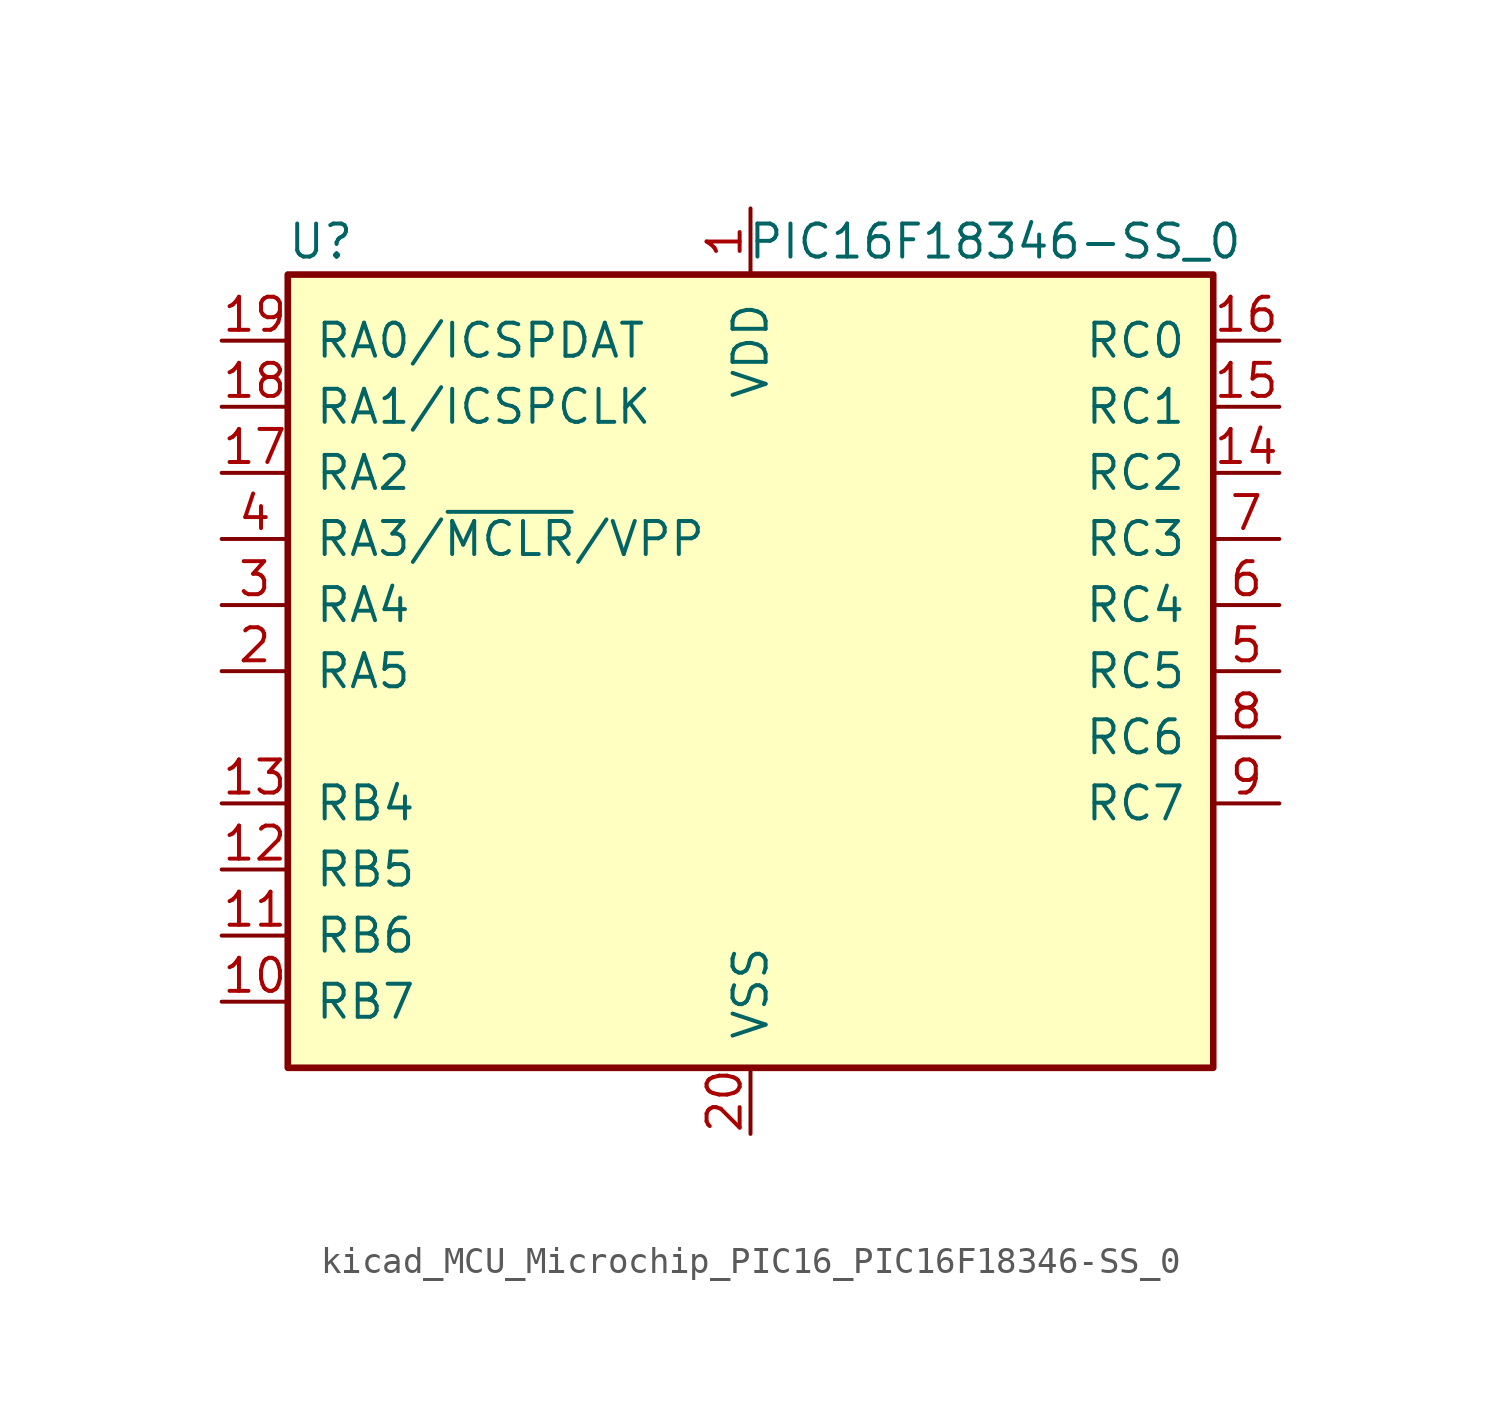
<source format=kicad_sym>
(kicad_symbol_lib
  (version 20220914)
  (generator kicad_symbol_editor)
  (symbol "kicad_MCU_Microchip_PIC16_PIC16F18346-SS_0"
    (pin_names
      (offset 1.016))
    (property "Reference" "U"
      (at -16.51 16.51 0)
      (effects (font (size 1.27 1.27))))
    (property "Value" "PIC16F18346-SS_0"
      (at 9.398 16.51 0)
      (effects (font (size 1.27 1.27))))
    (symbol "kicad_MCU_Microchip_PIC16_PIC16F18346-SS_0_0_1"
      (rectangle (start -17.78 15.24) (end 17.78 -15.24) (stroke (width 0.254) (type default)) (fill (type background))))
    (symbol "kicad_MCU_Microchip_PIC16_PIC16F18346-SS_0_1_1"
      (pin power_in line (at 0 17.78 270) (length 2.54) (name "VDD" (effects (font (size 1.27 1.27)))) (number "1" (effects (font (size 1.27 1.27)))))
      (pin bidirectional line (at -20.32 -12.7 0) (length 2.54) (name "RB7" (effects (font (size 1.27 1.27)))) (number "10" (effects (font (size 1.27 1.27)))))
      (pin bidirectional line (at -20.32 -10.16 0) (length 2.54) (name "RB6" (effects (font (size 1.27 1.27)))) (number "11" (effects (font (size 1.27 1.27)))))
      (pin bidirectional line (at -20.32 -7.62 0) (length 2.54) (name "RB5" (effects (font (size 1.27 1.27)))) (number "12" (effects (font (size 1.27 1.27)))))
      (pin bidirectional line (at -20.32 -5.08 0) (length 2.54) (name "RB4" (effects (font (size 1.27 1.27)))) (number "13" (effects (font (size 1.27 1.27)))))
      (pin bidirectional line (at 20.32 7.62 180) (length 2.54) (name "RC2" (effects (font (size 1.27 1.27)))) (number "14" (effects (font (size 1.27 1.27)))))
      (pin bidirectional line (at 20.32 10.16 180) (length 2.54) (name "RC1" (effects (font (size 1.27 1.27)))) (number "15" (effects (font (size 1.27 1.27)))))
      (pin bidirectional line (at 20.32 12.7 180) (length 2.54) (name "RC0" (effects (font (size 1.27 1.27)))) (number "16" (effects (font (size 1.27 1.27)))))
      (pin bidirectional line (at -20.32 7.62 0) (length 2.54) (name "RA2" (effects (font (size 1.27 1.27)))) (number "17" (effects (font (size 1.27 1.27)))))
      (pin bidirectional line (at -20.32 10.16 0) (length 2.54) (name "RA1/ICSPCLK" (effects (font (size 1.27 1.27)))) (number "18" (effects (font (size 1.27 1.27)))))
      (pin bidirectional line (at -20.32 12.7 0) (length 2.54) (name "RA0/ICSPDAT" (effects (font (size 1.27 1.27)))) (number "19" (effects (font (size 1.27 1.27)))))
      (pin bidirectional line (at -20.32 0 0) (length 2.54) (name "RA5" (effects (font (size 1.27 1.27)))) (number "2" (effects (font (size 1.27 1.27)))))
      (pin power_in line (at 0 -17.78 90) (length 2.54) (name "VSS" (effects (font (size 1.27 1.27)))) (number "20" (effects (font (size 1.27 1.27)))))
      (pin bidirectional line (at -20.32 2.54 0) (length 2.54) (name "RA4" (effects (font (size 1.27 1.27)))) (number "3" (effects (font (size 1.27 1.27)))))
      (pin bidirectional line (at -20.32 5.08 0) (length 2.54) (name "RA3/~{MCLR}/VPP" (effects (font (size 1.27 1.27)))) (number "4" (effects (font (size 1.27 1.27)))))
      (pin bidirectional line (at 20.32 0 180) (length 2.54) (name "RC5" (effects (font (size 1.27 1.27)))) (number "5" (effects (font (size 1.27 1.27)))))
      (pin bidirectional line (at 20.32 2.54 180) (length 2.54) (name "RC4" (effects (font (size 1.27 1.27)))) (number "6" (effects (font (size 1.27 1.27)))))
      (pin bidirectional line (at 20.32 5.08 180) (length 2.54) (name "RC3" (effects (font (size 1.27 1.27)))) (number "7" (effects (font (size 1.27 1.27)))))
      (pin bidirectional line (at 20.32 -2.54 180) (length 2.54) (name "RC6" (effects (font (size 1.27 1.27)))) (number "8" (effects (font (size 1.27 1.27)))))
      (pin bidirectional line (at 20.32 -5.08 180) (length 2.54) (name "RC7" (effects (font (size 1.27 1.27)))) (number "9" (effects (font (size 1.27 1.27))))))))
</source>
